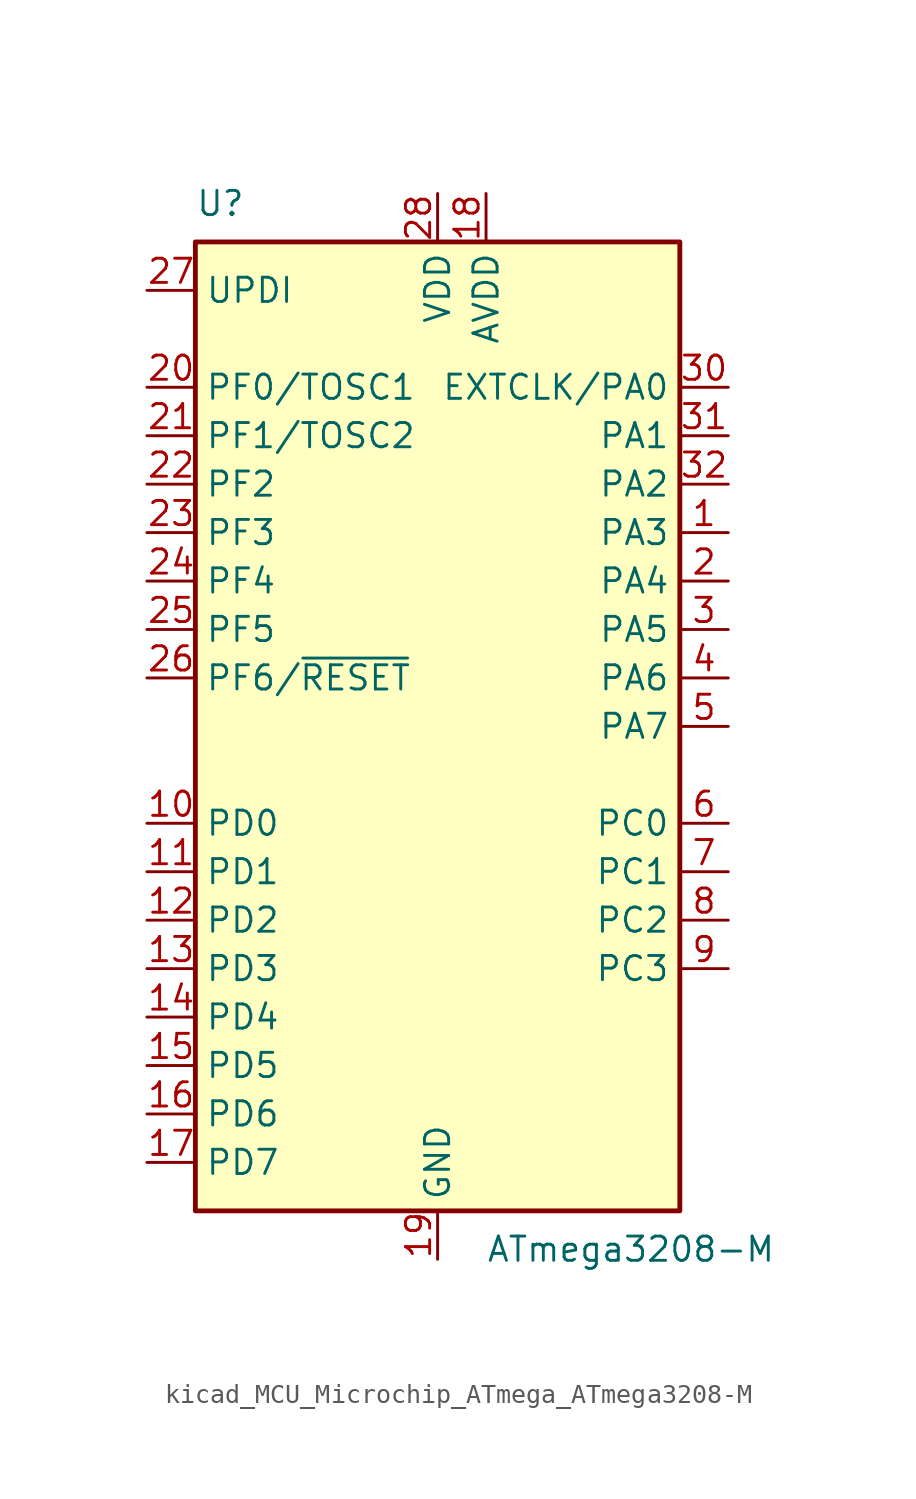
<source format=kicad_sym>
(kicad_symbol_lib
  (version 20220914)
  (generator kicad_symbol_editor)
  (symbol "kicad_MCU_Microchip_ATmega_ATmega3208-M"
    (property "Reference" "U"
      (at -12.7 26.67 0)
      (effects (font (size 1.27 1.27)) (justify left bottom)))
    (property "Value" "ATmega3208-M"
      (at 2.54 -26.67 0)
      (effects (font (size 1.27 1.27)) (justify left top)))
    (symbol "kicad_MCU_Microchip_ATmega_ATmega3208-M_0_1"
      (rectangle (start -12.7 -25.4) (end 12.7 25.4) (stroke (width 0.254) (type default)) (fill (type background))))
    (symbol "kicad_MCU_Microchip_ATmega_ATmega3208-M_1_1"
      (pin bidirectional line (at 15.24 10.16 180) (length 2.54) (name "PA3" (effects (font (size 1.27 1.27)))) (number "1" (effects (font (size 1.27 1.27)))))
      (pin bidirectional line (at -15.24 -5.08 0) (length 2.54) (name "PD0" (effects (font (size 1.27 1.27)))) (number "10" (effects (font (size 1.27 1.27)))))
      (pin bidirectional line (at -15.24 -7.62 0) (length 2.54) (name "PD1" (effects (font (size 1.27 1.27)))) (number "11" (effects (font (size 1.27 1.27)))))
      (pin bidirectional line (at -15.24 -10.16 0) (length 2.54) (name "PD2" (effects (font (size 1.27 1.27)))) (number "12" (effects (font (size 1.27 1.27)))))
      (pin bidirectional line (at -15.24 -12.7 0) (length 2.54) (name "PD3" (effects (font (size 1.27 1.27)))) (number "13" (effects (font (size 1.27 1.27)))))
      (pin bidirectional line (at -15.24 -15.24 0) (length 2.54) (name "PD4" (effects (font (size 1.27 1.27)))) (number "14" (effects (font (size 1.27 1.27)))))
      (pin bidirectional line (at -15.24 -17.78 0) (length 2.54) (name "PD5" (effects (font (size 1.27 1.27)))) (number "15" (effects (font (size 1.27 1.27)))))
      (pin bidirectional line (at -15.24 -20.32 0) (length 2.54) (name "PD6" (effects (font (size 1.27 1.27)))) (number "16" (effects (font (size 1.27 1.27)))))
      (pin bidirectional line (at -15.24 -22.86 0) (length 2.54) (name "PD7" (effects (font (size 1.27 1.27)))) (number "17" (effects (font (size 1.27 1.27)))))
      (pin power_in line (at 2.54 27.94 270) (length 2.54) (name "AVDD" (effects (font (size 1.27 1.27)))) (number "18" (effects (font (size 1.27 1.27)))))
      (pin power_in line (at 0 -27.94 90) (length 2.54) (name "GND" (effects (font (size 1.27 1.27)))) (number "19" (effects (font (size 1.27 1.27)))))
      (pin bidirectional line (at 15.24 7.62 180) (length 2.54) (name "PA4" (effects (font (size 1.27 1.27)))) (number "2" (effects (font (size 1.27 1.27)))))
      (pin bidirectional line (at -15.24 17.78 0) (length 2.54) (name "PF0/TOSC1" (effects (font (size 1.27 1.27)))) (number "20" (effects (font (size 1.27 1.27)))))
      (pin bidirectional line (at -15.24 15.24 0) (length 2.54) (name "PF1/TOSC2" (effects (font (size 1.27 1.27)))) (number "21" (effects (font (size 1.27 1.27)))))
      (pin bidirectional line (at -15.24 12.7 0) (length 2.54) (name "PF2" (effects (font (size 1.27 1.27)))) (number "22" (effects (font (size 1.27 1.27)))))
      (pin bidirectional line (at -15.24 10.16 0) (length 2.54) (name "PF3" (effects (font (size 1.27 1.27)))) (number "23" (effects (font (size 1.27 1.27)))))
      (pin bidirectional line (at -15.24 7.62 0) (length 2.54) (name "PF4" (effects (font (size 1.27 1.27)))) (number "24" (effects (font (size 1.27 1.27)))))
      (pin bidirectional line (at -15.24 5.08 0) (length 2.54) (name "PF5" (effects (font (size 1.27 1.27)))) (number "25" (effects (font (size 1.27 1.27)))))
      (pin bidirectional line (at -15.24 2.54 0) (length 2.54) (name "PF6/~{RESET}" (effects (font (size 1.27 1.27)))) (number "26" (effects (font (size 1.27 1.27)))))
      (pin bidirectional line (at -15.24 22.86 0) (length 2.54) (name "UPDI" (effects (font (size 1.27 1.27)))) (number "27" (effects (font (size 1.27 1.27)))))
      (pin power_in line (at 0 27.94 270) (length 2.54) (name "VDD" (effects (font (size 1.27 1.27)))) (number "28" (effects (font (size 1.27 1.27)))))
      (pin passive line (at 0 -27.94 90) (length 2.54) hide (name "GND" (effects (font (size 1.27 1.27)))) (number "29" (effects (font (size 1.27 1.27)))))
      (pin bidirectional line (at 15.24 5.08 180) (length 2.54) (name "PA5" (effects (font (size 1.27 1.27)))) (number "3" (effects (font (size 1.27 1.27)))))
      (pin bidirectional line (at 15.24 17.78 180) (length 2.54) (name "EXTCLK/PA0" (effects (font (size 1.27 1.27)))) (number "30" (effects (font (size 1.27 1.27)))))
      (pin bidirectional line (at 15.24 15.24 180) (length 2.54) (name "PA1" (effects (font (size 1.27 1.27)))) (number "31" (effects (font (size 1.27 1.27)))))
      (pin bidirectional line (at 15.24 12.7 180) (length 2.54) (name "PA2" (effects (font (size 1.27 1.27)))) (number "32" (effects (font (size 1.27 1.27)))))
      (pin passive line (at 0 -27.94 90) (length 2.54) hide (name "GND" (effects (font (size 1.27 1.27)))) (number "33" (effects (font (size 1.27 1.27)))))
      (pin bidirectional line (at 15.24 2.54 180) (length 2.54) (name "PA6" (effects (font (size 1.27 1.27)))) (number "4" (effects (font (size 1.27 1.27)))))
      (pin bidirectional line (at 15.24 0 180) (length 2.54) (name "PA7" (effects (font (size 1.27 1.27)))) (number "5" (effects (font (size 1.27 1.27)))))
      (pin bidirectional line (at 15.24 -5.08 180) (length 2.54) (name "PC0" (effects (font (size 1.27 1.27)))) (number "6" (effects (font (size 1.27 1.27)))))
      (pin bidirectional line (at 15.24 -7.62 180) (length 2.54) (name "PC1" (effects (font (size 1.27 1.27)))) (number "7" (effects (font (size 1.27 1.27)))))
      (pin bidirectional line (at 15.24 -10.16 180) (length 2.54) (name "PC2" (effects (font (size 1.27 1.27)))) (number "8" (effects (font (size 1.27 1.27)))))
      (pin bidirectional line (at 15.24 -12.7 180) (length 2.54) (name "PC3" (effects (font (size 1.27 1.27)))) (number "9" (effects (font (size 1.27 1.27))))))))
</source>
